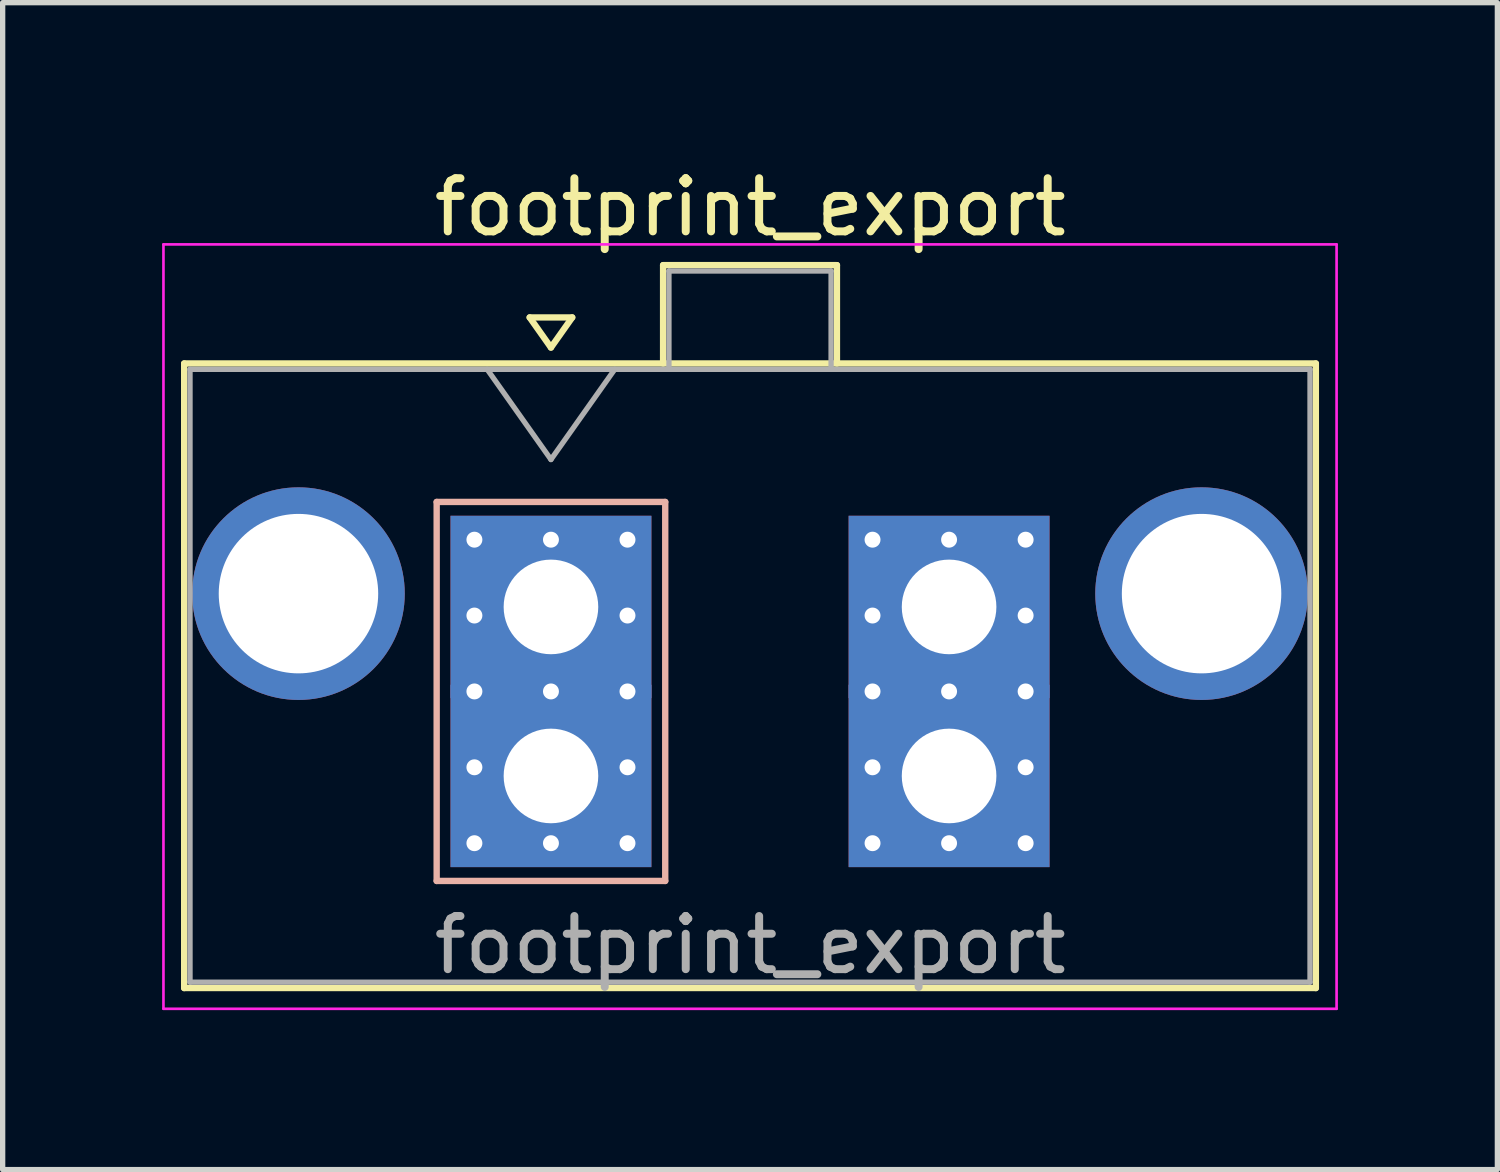
<source format=kicad_pcb>
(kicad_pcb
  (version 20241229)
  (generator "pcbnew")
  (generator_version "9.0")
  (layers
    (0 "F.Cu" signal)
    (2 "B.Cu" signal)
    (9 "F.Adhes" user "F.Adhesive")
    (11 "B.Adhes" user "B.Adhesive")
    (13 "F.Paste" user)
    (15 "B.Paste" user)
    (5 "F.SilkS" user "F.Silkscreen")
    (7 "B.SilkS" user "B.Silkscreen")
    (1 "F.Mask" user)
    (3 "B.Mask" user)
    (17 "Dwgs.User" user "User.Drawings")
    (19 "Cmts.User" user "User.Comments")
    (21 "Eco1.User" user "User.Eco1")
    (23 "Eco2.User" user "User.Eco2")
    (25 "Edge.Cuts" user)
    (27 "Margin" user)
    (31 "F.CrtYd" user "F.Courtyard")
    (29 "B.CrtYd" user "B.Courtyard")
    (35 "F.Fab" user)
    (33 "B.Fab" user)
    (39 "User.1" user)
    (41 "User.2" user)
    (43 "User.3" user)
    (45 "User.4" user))
  (footprint "footprint_export"
    (layer "F.Cu")
    (at 7.315 11.548)
    (property "Reference" "footprint_export" (at 3.75 -10.7 0) (layer "F.SilkS") (effects (font (size 1 1) (thickness 0.15))))
    (attr through_hole)
    (fp_line (start -6.9 -7.76) (end -6.9 3.99) (stroke (width 0.12) (type solid)) (layer "F.SilkS"))
    (fp_line (start -6.9 3.99) (end 14.39 3.99) (stroke (width 0.12) (type solid)) (layer "F.SilkS"))
    (fp_line (start -0.4 -8.626) (end 0 -8.06) (stroke (width 0.12) (type solid)) (layer "F.SilkS"))
    (fp_line (start 0 -8.06) (end 0.4 -8.626) (stroke (width 0.12) (type solid)) (layer "F.SilkS"))
    (fp_line (start 0.4 -8.626) (end -0.4 -8.626) (stroke (width 0.12) (type solid)) (layer "F.SilkS"))
    (fp_line (start 2.11 -9.61) (end 5.38 -9.61) (stroke (width 0.12) (type solid)) (layer "F.SilkS"))
    (fp_line (start 2.11 -7.76) (end 2.11 -9.61) (stroke (width 0.12) (type solid)) (layer "F.SilkS"))
    (fp_line (start 5.38 -9.61) (end 5.38 -7.76) (stroke (width 0.12) (type solid)) (layer "F.SilkS"))
    (fp_line (start 14.39 -7.76) (end -6.9 -7.76) (stroke (width 0.12) (type solid)) (layer "F.SilkS"))
    (fp_line (start 14.39 3.99) (end 14.39 -7.76) (stroke (width 0.12) (type solid)) (layer "F.SilkS"))
    (fp_line (start -2.15 -5.155) (end -2.15 1.975) (stroke (width 0.12) (type solid)) (layer "B.SilkS"))
    (fp_line (start -2.15 1.975) (end 2.15 1.975) (stroke (width 0.12) (type solid)) (layer "B.SilkS"))
    (fp_line (start 2.15 -5.155) (end -2.15 -5.155) (stroke (width 0.12) (type solid)) (layer "B.SilkS"))
    (fp_line (start 2.15 1.975) (end 2.15 -5.155) (stroke (width 0.12) (type solid)) (layer "B.SilkS"))
    (fp_line (start -7.29 -10) (end -7.29 4.38) (stroke (width 0.05) (type solid)) (layer "F.CrtYd"))
    (fp_line (start -7.29 4.38) (end 14.78 4.38) (stroke (width 0.05) (type solid)) (layer "F.CrtYd"))
    (fp_line (start 14.78 -10) (end -7.29 -10) (stroke (width 0.05) (type solid)) (layer "F.CrtYd"))
    (fp_line (start 14.78 4.38) (end 14.78 -10) (stroke (width 0.05) (type solid)) (layer "F.CrtYd"))
    (fp_line (start -6.79 -7.65) (end -6.79 3.88) (stroke (width 0.1) (type solid)) (layer "F.Fab"))
    (fp_line (start -6.79 3.88) (end 14.28 3.88) (stroke (width 0.1) (type solid)) (layer "F.Fab"))
    (fp_line (start -1.2 -7.65) (end 0 -5.953) (stroke (width 0.1) (type solid)) (layer "F.Fab"))
    (fp_line (start 0 -5.953) (end 1.2 -7.65) (stroke (width 0.1) (type solid)) (layer "F.Fab"))
    (fp_line (start 2.22 -9.5) (end 5.27 -9.5) (stroke (width 0.1) (type solid)) (layer "F.Fab"))
    (fp_line (start 2.22 -7.65) (end 2.22 -9.5) (stroke (width 0.1) (type solid)) (layer "F.Fab"))
    (fp_line (start 5.27 -9.5) (end 5.27 -7.65) (stroke (width 0.1) (type solid)) (layer "F.Fab"))
    (fp_line (start 14.28 -7.65) (end -6.79 -7.65) (stroke (width 0.1) (type solid)) (layer "F.Fab"))
    (fp_line (start 14.28 3.88) (end 14.28 -7.65) (stroke (width 0.1) (type solid)) (layer "F.Fab"))
    (fp_text user "${REFERENCE}" (at 3.75 3.18 0) (layer "F.Fab") (effects (font (size 1 1) (thickness 0.15))))
    (pad "" thru_hole circle (at -4.75 -3.43) (size 4 4) (drill 3) (layers "*.Cu" "*.Mask"))
    (pad "" thru_hole circle (at 12.24 -3.43) (size 4 4) (drill 3) (layers "*.Cu" "*.Mask"))
    (pad "1" thru_hole rect (at -1.44 -4.445) (size 0.6 0.6) (drill 0.3) (layers "*.Cu" "*.Mask"))
    (pad "1" thru_hole rect (at -1.44 -3.018) (size 0.6 0.6) (drill 0.3) (layers "*.Cu" "*.Mask"))
    (pad "1" thru_hole rect (at -1.44 -1.59) (size 0.6 0.6) (drill 0.3) (layers "*.Cu" "*.Mask"))
    (pad "1" thru_hole rect (at -1.44 -0.163) (size 0.6 0.6) (drill 0.3) (layers "*.Cu" "*.Mask"))
    (pad "1" thru_hole rect (at -1.44 1.265) (size 0.6 0.6) (drill 0.3) (layers "*.Cu" "*.Mask"))
    (pad "1" thru_hole rect (at 0 -4.445) (size 0.6 0.6) (drill 0.3) (layers "*.Cu" "*.Mask"))
    (pad "1" thru_hole rect (at 0 -3.18) (size 3.78 3.43) (drill 1.78) (layers "*.Cu" "*.Mask"))
    (pad "1" thru_hole rect (at 0 -1.59) (size 0.6 0.6) (drill 0.3) (layers "*.Cu" "*.Mask"))
    (pad "1" thru_hole rect (at 0 0) (size 3.78 3.43) (drill 1.78) (layers "*.Cu" "*.Mask"))
    (pad "1" thru_hole rect (at 0 1.265) (size 0.6 0.6) (drill 0.3) (layers "*.Cu" "*.Mask"))
    (pad "1" thru_hole rect (at 1.44 -4.445) (size 0.6 0.6) (drill 0.3) (layers "*.Cu" "*.Mask"))
    (pad "1" thru_hole rect (at 1.44 -3.018) (size 0.6 0.6) (drill 0.3) (layers "*.Cu" "*.Mask"))
    (pad "1" thru_hole rect (at 1.44 -1.59) (size 0.6 0.6) (drill 0.3) (layers "*.Cu" "*.Mask"))
    (pad "1" thru_hole rect (at 1.44 -0.163) (size 0.6 0.6) (drill 0.3) (layers "*.Cu" "*.Mask"))
    (pad "1" thru_hole rect (at 1.44 1.265) (size 0.6 0.6) (drill 0.3) (layers "*.Cu" "*.Mask"))
    (pad "2" thru_hole circle (at 6.05 -4.445) (size 0.6 0.6) (drill 0.3) (layers "*.Cu" "*.Mask"))
    (pad "2" thru_hole circle (at 6.05 -3.018) (size 0.6 0.6) (drill 0.3) (layers "*.Cu" "*.Mask"))
    (pad "2" thru_hole circle (at 6.05 -1.59) (size 0.6 0.6) (drill 0.3) (layers "*.Cu" "*.Mask"))
    (pad "2" thru_hole circle (at 6.05 -0.163) (size 0.6 0.6) (drill 0.3) (layers "*.Cu" "*.Mask"))
    (pad "2" thru_hole circle (at 6.05 1.265) (size 0.6 0.6) (drill 0.3) (layers "*.Cu" "*.Mask"))
    (pad "2" thru_hole circle (at 7.49 -4.445) (size 0.6 0.6) (drill 0.3) (layers "*.Cu" "*.Mask"))
    (pad "2" thru_hole rect (at 7.49 -3.18) (size 3.78 3.43) (drill 1.78) (layers "*.Cu" "*.Mask"))
    (pad "2" thru_hole circle (at 7.49 -1.59) (size 0.6 0.6) (drill 0.3) (layers "*.Cu" "*.Mask"))
    (pad "2" thru_hole rect (at 7.49 0) (size 3.78 3.43) (drill 1.78) (layers "*.Cu" "*.Mask"))
    (pad "2" thru_hole circle (at 7.49 1.265) (size 0.6 0.6) (drill 0.3) (layers "*.Cu" "*.Mask"))
    (pad "2" thru_hole circle (at 8.93 -4.445) (size 0.6 0.6) (drill 0.3) (layers "*.Cu" "*.Mask"))
    (pad "2" thru_hole circle (at 8.93 -3.018) (size 0.6 0.6) (drill 0.3) (layers "*.Cu" "*.Mask"))
    (pad "2" thru_hole circle (at 8.93 -1.59) (size 0.6 0.6) (drill 0.3) (layers "*.Cu" "*.Mask"))
    (pad "2" thru_hole circle (at 8.93 -0.163) (size 0.6 0.6) (drill 0.3) (layers "*.Cu" "*.Mask"))
    (pad "2" thru_hole circle (at 8.93 1.265) (size 0.6 0.6) (drill 0.3) (layers "*.Cu" "*.Mask")))
  (gr_rect
    (start -3 -3)
    (end 25.12 18.953)
    (stroke (width 0.1) (type default))
    (fill no)
    (layer "Edge.Cuts")))
</source>
